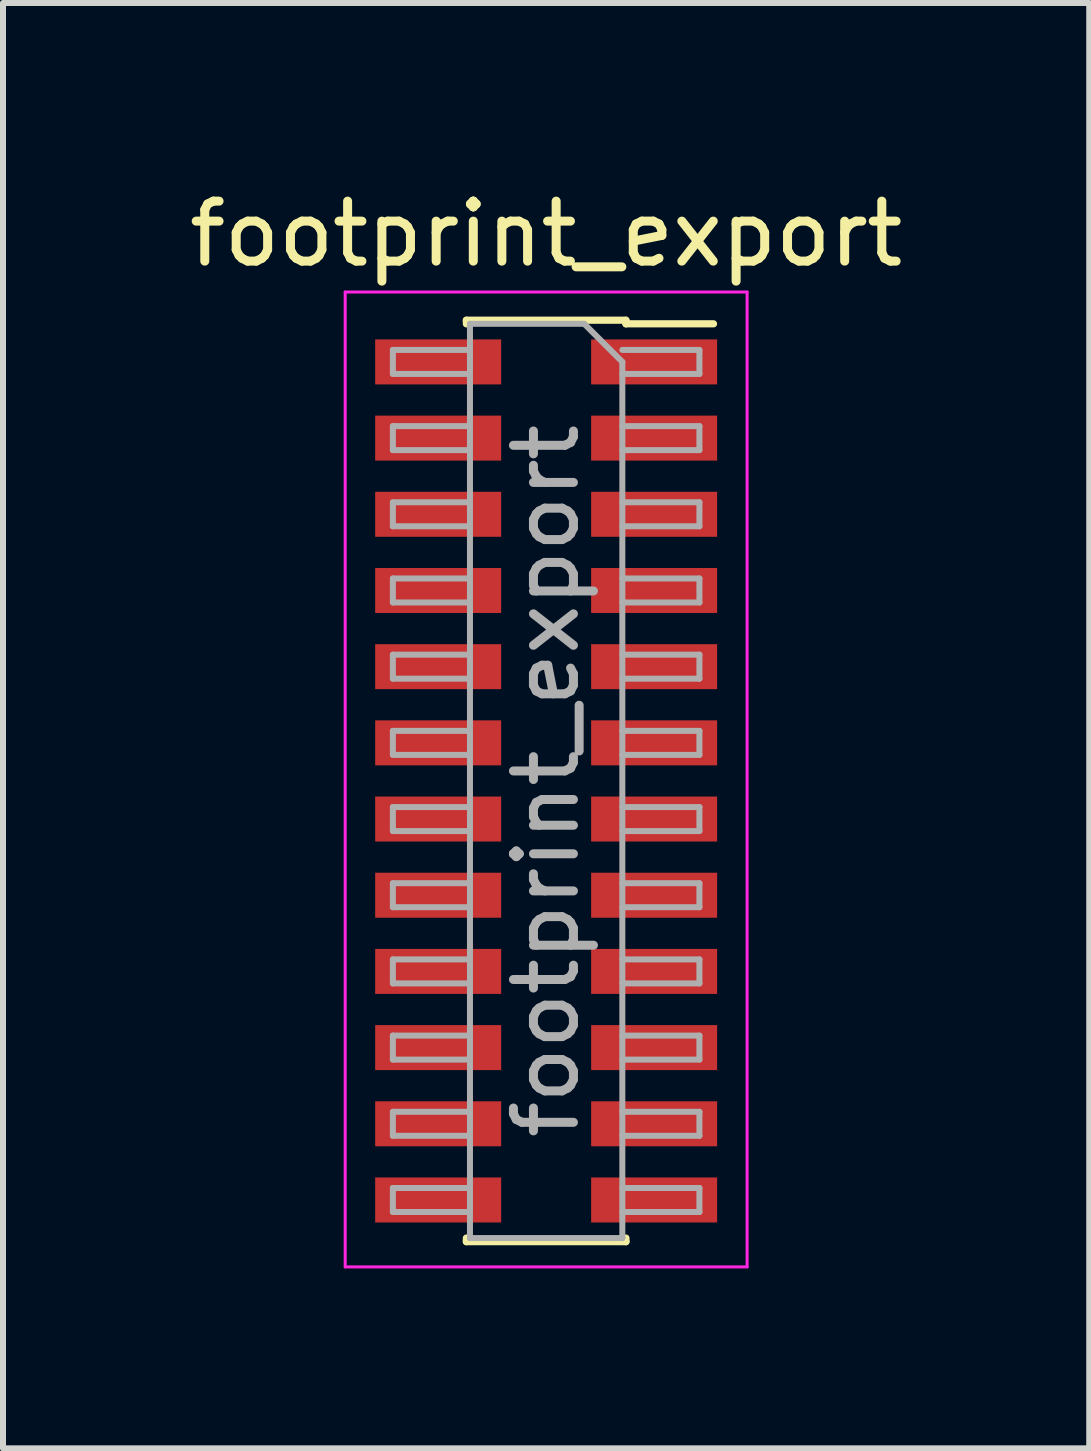
<source format=kicad_pcb>
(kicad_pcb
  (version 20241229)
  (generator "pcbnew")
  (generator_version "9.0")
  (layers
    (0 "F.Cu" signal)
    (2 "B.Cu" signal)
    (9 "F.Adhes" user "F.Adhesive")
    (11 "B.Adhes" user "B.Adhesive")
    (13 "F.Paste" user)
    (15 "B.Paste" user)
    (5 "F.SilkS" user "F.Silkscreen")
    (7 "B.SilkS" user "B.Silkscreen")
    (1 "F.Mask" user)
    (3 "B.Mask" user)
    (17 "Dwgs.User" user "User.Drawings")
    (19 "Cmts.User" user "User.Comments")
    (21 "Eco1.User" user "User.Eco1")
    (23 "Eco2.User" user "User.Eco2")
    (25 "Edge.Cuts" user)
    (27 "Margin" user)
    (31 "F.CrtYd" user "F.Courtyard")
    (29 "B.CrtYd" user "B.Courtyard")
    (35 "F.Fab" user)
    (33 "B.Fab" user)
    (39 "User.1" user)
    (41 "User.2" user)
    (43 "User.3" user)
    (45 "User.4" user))
  (footprint "footprint_export"
    (layer "F.Cu")
    (at 6.054 9.968)
    (property "Reference" "footprint_export" (at 0 -9.12 0) (layer "F.SilkS") (effects (font (size 1 1) (thickness 0.15))))
    (attr smd)
    (fp_line (start -1.33 -7.68) (end -1.33 -7.62) (stroke (width 0.12) (type solid)) (layer "F.SilkS"))
    (fp_line (start -1.33 -7.68) (end 1.33 -7.68) (stroke (width 0.12) (type solid)) (layer "F.SilkS"))
    (fp_line (start -1.33 7.62) (end -1.33 7.68) (stroke (width 0.12) (type solid)) (layer "F.SilkS"))
    (fp_line (start -1.33 7.68) (end 1.33 7.68) (stroke (width 0.12) (type solid)) (layer "F.SilkS"))
    (fp_line (start 1.33 -7.68) (end 1.33 -7.62) (stroke (width 0.12) (type solid)) (layer "F.SilkS"))
    (fp_line (start 1.33 -7.62) (end 2.79 -7.62) (stroke (width 0.12) (type solid)) (layer "F.SilkS"))
    (fp_line (start 1.33 7.62) (end 1.33 7.68) (stroke (width 0.12) (type solid)) (layer "F.SilkS"))
    (fp_line (start -3.35 -8.15) (end 3.35 -8.15) (stroke (width 0.05) (type solid)) (layer "F.CrtYd"))
    (fp_line (start -3.35 8.1) (end -3.35 -8.15) (stroke (width 0.05) (type solid)) (layer "F.CrtYd"))
    (fp_line (start 3.35 -8.15) (end 3.35 8.1) (stroke (width 0.05) (type solid)) (layer "F.CrtYd"))
    (fp_line (start 3.35 8.1) (end -3.35 8.1) (stroke (width 0.05) (type solid)) (layer "F.CrtYd"))
    (fp_line (start -2.555 -7.185) (end -1.27 -7.185) (stroke (width 0.1) (type solid)) (layer "F.Fab"))
    (fp_line (start -2.555 -6.785) (end -2.555 -7.185) (stroke (width 0.1) (type solid)) (layer "F.Fab"))
    (fp_line (start -2.555 -5.915) (end -1.27 -5.915) (stroke (width 0.1) (type solid)) (layer "F.Fab"))
    (fp_line (start -2.555 -5.515) (end -2.555 -5.915) (stroke (width 0.1) (type solid)) (layer "F.Fab"))
    (fp_line (start -2.555 -4.645) (end -1.27 -4.645) (stroke (width 0.1) (type solid)) (layer "F.Fab"))
    (fp_line (start -2.555 -4.245) (end -2.555 -4.645) (stroke (width 0.1) (type solid)) (layer "F.Fab"))
    (fp_line (start -2.555 -3.375) (end -1.27 -3.375) (stroke (width 0.1) (type solid)) (layer "F.Fab"))
    (fp_line (start -2.555 -2.975) (end -2.555 -3.375) (stroke (width 0.1) (type solid)) (layer "F.Fab"))
    (fp_line (start -2.555 -2.105) (end -1.27 -2.105) (stroke (width 0.1) (type solid)) (layer "F.Fab"))
    (fp_line (start -2.555 -1.705) (end -2.555 -2.105) (stroke (width 0.1) (type solid)) (layer "F.Fab"))
    (fp_line (start -2.555 -0.835) (end -1.27 -0.835) (stroke (width 0.1) (type solid)) (layer "F.Fab"))
    (fp_line (start -2.555 -0.435) (end -2.555 -0.835) (stroke (width 0.1) (type solid)) (layer "F.Fab"))
    (fp_line (start -2.555 0.435) (end -1.27 0.435) (stroke (width 0.1) (type solid)) (layer "F.Fab"))
    (fp_line (start -2.555 0.835) (end -2.555 0.435) (stroke (width 0.1) (type solid)) (layer "F.Fab"))
    (fp_line (start -2.555 1.705) (end -1.27 1.705) (stroke (width 0.1) (type solid)) (layer "F.Fab"))
    (fp_line (start -2.555 2.105) (end -2.555 1.705) (stroke (width 0.1) (type solid)) (layer "F.Fab"))
    (fp_line (start -2.555 2.975) (end -1.27 2.975) (stroke (width 0.1) (type solid)) (layer "F.Fab"))
    (fp_line (start -2.555 3.375) (end -2.555 2.975) (stroke (width 0.1) (type solid)) (layer "F.Fab"))
    (fp_line (start -2.555 4.245) (end -1.27 4.245) (stroke (width 0.1) (type solid)) (layer "F.Fab"))
    (fp_line (start -2.555 4.645) (end -2.555 4.245) (stroke (width 0.1) (type solid)) (layer "F.Fab"))
    (fp_line (start -2.555 5.515) (end -1.27 5.515) (stroke (width 0.1) (type solid)) (layer "F.Fab"))
    (fp_line (start -2.555 5.915) (end -2.555 5.515) (stroke (width 0.1) (type solid)) (layer "F.Fab"))
    (fp_line (start -2.555 6.785) (end -1.27 6.785) (stroke (width 0.1) (type solid)) (layer "F.Fab"))
    (fp_line (start -2.555 7.185) (end -2.555 6.785) (stroke (width 0.1) (type solid)) (layer "F.Fab"))
    (fp_line (start -1.27 -7.62) (end 0.635 -7.62) (stroke (width 0.1) (type solid)) (layer "F.Fab"))
    (fp_line (start -1.27 -6.785) (end -2.555 -6.785) (stroke (width 0.1) (type solid)) (layer "F.Fab"))
    (fp_line (start -1.27 -5.515) (end -2.555 -5.515) (stroke (width 0.1) (type solid)) (layer "F.Fab"))
    (fp_line (start -1.27 -4.245) (end -2.555 -4.245) (stroke (width 0.1) (type solid)) (layer "F.Fab"))
    (fp_line (start -1.27 -2.975) (end -2.555 -2.975) (stroke (width 0.1) (type solid)) (layer "F.Fab"))
    (fp_line (start -1.27 -1.705) (end -2.555 -1.705) (stroke (width 0.1) (type solid)) (layer "F.Fab"))
    (fp_line (start -1.27 -0.435) (end -2.555 -0.435) (stroke (width 0.1) (type solid)) (layer "F.Fab"))
    (fp_line (start -1.27 0.835) (end -2.555 0.835) (stroke (width 0.1) (type solid)) (layer "F.Fab"))
    (fp_line (start -1.27 2.105) (end -2.555 2.105) (stroke (width 0.1) (type solid)) (layer "F.Fab"))
    (fp_line (start -1.27 3.375) (end -2.555 3.375) (stroke (width 0.1) (type solid)) (layer "F.Fab"))
    (fp_line (start -1.27 4.645) (end -2.555 4.645) (stroke (width 0.1) (type solid)) (layer "F.Fab"))
    (fp_line (start -1.27 5.915) (end -2.555 5.915) (stroke (width 0.1) (type solid)) (layer "F.Fab"))
    (fp_line (start -1.27 7.185) (end -2.555 7.185) (stroke (width 0.1) (type solid)) (layer "F.Fab"))
    (fp_line (start -1.27 7.62) (end -1.27 -7.62) (stroke (width 0.1) (type solid)) (layer "F.Fab"))
    (fp_line (start 0.635 -7.62) (end 1.27 -6.985) (stroke (width 0.1) (type solid)) (layer "F.Fab"))
    (fp_line (start 1.27 -7.185) (end 2.555 -7.185) (stroke (width 0.1) (type solid)) (layer "F.Fab"))
    (fp_line (start 1.27 -6.985) (end 1.27 7.62) (stroke (width 0.1) (type solid)) (layer "F.Fab"))
    (fp_line (start 1.27 -5.915) (end 2.555 -5.915) (stroke (width 0.1) (type solid)) (layer "F.Fab"))
    (fp_line (start 1.27 -4.645) (end 2.555 -4.645) (stroke (width 0.1) (type solid)) (layer "F.Fab"))
    (fp_line (start 1.27 -3.375) (end 2.555 -3.375) (stroke (width 0.1) (type solid)) (layer "F.Fab"))
    (fp_line (start 1.27 -2.105) (end 2.555 -2.105) (stroke (width 0.1) (type solid)) (layer "F.Fab"))
    (fp_line (start 1.27 -0.835) (end 2.555 -0.835) (stroke (width 0.1) (type solid)) (layer "F.Fab"))
    (fp_line (start 1.27 0.435) (end 2.555 0.435) (stroke (width 0.1) (type solid)) (layer "F.Fab"))
    (fp_line (start 1.27 1.705) (end 2.555 1.705) (stroke (width 0.1) (type solid)) (layer "F.Fab"))
    (fp_line (start 1.27 2.975) (end 2.555 2.975) (stroke (width 0.1) (type solid)) (layer "F.Fab"))
    (fp_line (start 1.27 4.245) (end 2.555 4.245) (stroke (width 0.1) (type solid)) (layer "F.Fab"))
    (fp_line (start 1.27 5.515) (end 2.555 5.515) (stroke (width 0.1) (type solid)) (layer "F.Fab"))
    (fp_line (start 1.27 6.785) (end 2.555 6.785) (stroke (width 0.1) (type solid)) (layer "F.Fab"))
    (fp_line (start 1.27 7.62) (end -1.27 7.62) (stroke (width 0.1) (type solid)) (layer "F.Fab"))
    (fp_line (start 2.555 -7.185) (end 2.555 -6.785) (stroke (width 0.1) (type solid)) (layer "F.Fab"))
    (fp_line (start 2.555 -6.785) (end 1.27 -6.785) (stroke (width 0.1) (type solid)) (layer "F.Fab"))
    (fp_line (start 2.555 -5.915) (end 2.555 -5.515) (stroke (width 0.1) (type solid)) (layer "F.Fab"))
    (fp_line (start 2.555 -5.515) (end 1.27 -5.515) (stroke (width 0.1) (type solid)) (layer "F.Fab"))
    (fp_line (start 2.555 -4.645) (end 2.555 -4.245) (stroke (width 0.1) (type solid)) (layer "F.Fab"))
    (fp_line (start 2.555 -4.245) (end 1.27 -4.245) (stroke (width 0.1) (type solid)) (layer "F.Fab"))
    (fp_line (start 2.555 -3.375) (end 2.555 -2.975) (stroke (width 0.1) (type solid)) (layer "F.Fab"))
    (fp_line (start 2.555 -2.975) (end 1.27 -2.975) (stroke (width 0.1) (type solid)) (layer "F.Fab"))
    (fp_line (start 2.555 -2.105) (end 2.555 -1.705) (stroke (width 0.1) (type solid)) (layer "F.Fab"))
    (fp_line (start 2.555 -1.705) (end 1.27 -1.705) (stroke (width 0.1) (type solid)) (layer "F.Fab"))
    (fp_line (start 2.555 -0.835) (end 2.555 -0.435) (stroke (width 0.1) (type solid)) (layer "F.Fab"))
    (fp_line (start 2.555 -0.435) (end 1.27 -0.435) (stroke (width 0.1) (type solid)) (layer "F.Fab"))
    (fp_line (start 2.555 0.435) (end 2.555 0.835) (stroke (width 0.1) (type solid)) (layer "F.Fab"))
    (fp_line (start 2.555 0.835) (end 1.27 0.835) (stroke (width 0.1) (type solid)) (layer "F.Fab"))
    (fp_line (start 2.555 1.705) (end 2.555 2.105) (stroke (width 0.1) (type solid)) (layer "F.Fab"))
    (fp_line (start 2.555 2.105) (end 1.27 2.105) (stroke (width 0.1) (type solid)) (layer "F.Fab"))
    (fp_line (start 2.555 2.975) (end 2.555 3.375) (stroke (width 0.1) (type solid)) (layer "F.Fab"))
    (fp_line (start 2.555 3.375) (end 1.27 3.375) (stroke (width 0.1) (type solid)) (layer "F.Fab"))
    (fp_line (start 2.555 4.245) (end 2.555 4.645) (stroke (width 0.1) (type solid)) (layer "F.Fab"))
    (fp_line (start 2.555 4.645) (end 1.27 4.645) (stroke (width 0.1) (type solid)) (layer "F.Fab"))
    (fp_line (start 2.555 5.515) (end 2.555 5.915) (stroke (width 0.1) (type solid)) (layer "F.Fab"))
    (fp_line (start 2.555 5.915) (end 1.27 5.915) (stroke (width 0.1) (type solid)) (layer "F.Fab"))
    (fp_line (start 2.555 6.785) (end 2.555 7.185) (stroke (width 0.1) (type solid)) (layer "F.Fab"))
    (fp_line (start 2.555 7.185) (end 1.27 7.185) (stroke (width 0.1) (type solid)) (layer "F.Fab"))
    (fp_text user "${REFERENCE}" (at 0 0 90) (layer "F.Fab") (effects (font (size 1 1) (thickness 0.15))))
    (pad "1" smd rect (at 1.8 -6.985) (size 2.1 0.75) (layers "F.Cu" "F.Mask" "F.Paste"))
    (pad "2" smd rect (at -1.8 -6.985) (size 2.1 0.75) (layers "F.Cu" "F.Mask" "F.Paste"))
    (pad "3" smd rect (at 1.8 -5.715) (size 2.1 0.75) (layers "F.Cu" "F.Mask" "F.Paste"))
    (pad "4" smd rect (at -1.8 -5.715) (size 2.1 0.75) (layers "F.Cu" "F.Mask" "F.Paste"))
    (pad "5" smd rect (at 1.8 -4.445) (size 2.1 0.75) (layers "F.Cu" "F.Mask" "F.Paste"))
    (pad "6" smd rect (at -1.8 -4.445) (size 2.1 0.75) (layers "F.Cu" "F.Mask" "F.Paste"))
    (pad "7" smd rect (at 1.8 -3.175) (size 2.1 0.75) (layers "F.Cu" "F.Mask" "F.Paste"))
    (pad "8" smd rect (at -1.8 -3.175) (size 2.1 0.75) (layers "F.Cu" "F.Mask" "F.Paste"))
    (pad "9" smd rect (at 1.8 -1.905) (size 2.1 0.75) (layers "F.Cu" "F.Mask" "F.Paste"))
    (pad "10" smd rect (at -1.8 -1.905) (size 2.1 0.75) (layers "F.Cu" "F.Mask" "F.Paste"))
    (pad "11" smd rect (at 1.8 -0.635) (size 2.1 0.75) (layers "F.Cu" "F.Mask" "F.Paste"))
    (pad "12" smd rect (at -1.8 -0.635) (size 2.1 0.75) (layers "F.Cu" "F.Mask" "F.Paste"))
    (pad "13" smd rect (at 1.8 0.635) (size 2.1 0.75) (layers "F.Cu" "F.Mask" "F.Paste"))
    (pad "14" smd rect (at -1.8 0.635) (size 2.1 0.75) (layers "F.Cu" "F.Mask" "F.Paste"))
    (pad "15" smd rect (at 1.8 1.905) (size 2.1 0.75) (layers "F.Cu" "F.Mask" "F.Paste"))
    (pad "16" smd rect (at -1.8 1.905) (size 2.1 0.75) (layers "F.Cu" "F.Mask" "F.Paste"))
    (pad "17" smd rect (at 1.8 3.175) (size 2.1 0.75) (layers "F.Cu" "F.Mask" "F.Paste"))
    (pad "18" smd rect (at -1.8 3.175) (size 2.1 0.75) (layers "F.Cu" "F.Mask" "F.Paste"))
    (pad "19" smd rect (at 1.8 4.445) (size 2.1 0.75) (layers "F.Cu" "F.Mask" "F.Paste"))
    (pad "20" smd rect (at -1.8 4.445) (size 2.1 0.75) (layers "F.Cu" "F.Mask" "F.Paste"))
    (pad "21" smd rect (at 1.8 5.715) (size 2.1 0.75) (layers "F.Cu" "F.Mask" "F.Paste"))
    (pad "22" smd rect (at -1.8 5.715) (size 2.1 0.75) (layers "F.Cu" "F.Mask" "F.Paste"))
    (pad "23" smd rect (at 1.8 6.985) (size 2.1 0.75) (layers "F.Cu" "F.Mask" "F.Paste"))
    (pad "24" smd rect (at -1.8 6.985) (size 2.1 0.75) (layers "F.Cu" "F.Mask" "F.Paste")))
  (gr_rect
    (start -3 -3)
    (end 15.107 21.093)
    (stroke (width 0.1) (type default))
    (fill no)
    (layer "Edge.Cuts")))
</source>
